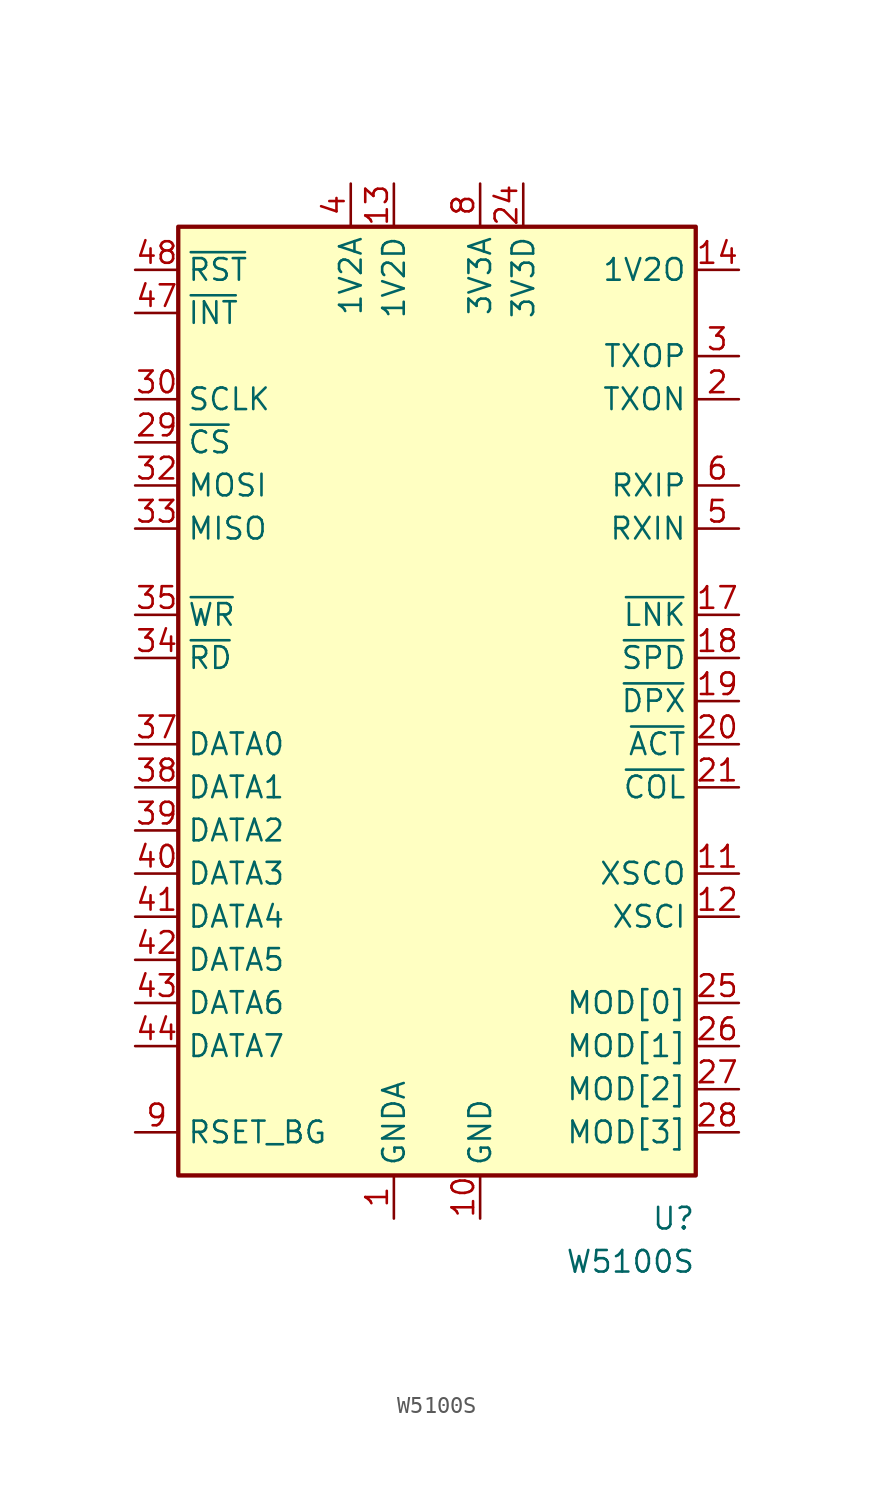
<source format=kicad_sym>
(kicad_symbol_lib
  (version 20231120)
  (generator "kicad_symbol_editor")
  (generator_version "8.0")
  (symbol "W5100S"
    (property "Reference" "U"
      (at 15.24 -30.48 0)
      (effects (font (size 1.27 1.27)) (justify right)))
    (property "Value" "W5100S"
      (at 15.24 -33.02 0)
      (effects (font (size 1.27 1.27)) (justify right)))
    (symbol "W5100S_0_1"
      (rectangle (start -15.24 27.94) (end 15.24 -27.94) (stroke (width 0.254) (type default)) (fill (type background))))
    (symbol "W5100S_1_0"
      (pin input line (at -17.78 25.4 0) (length 2.54) (name "~{RST}" (effects (font (size 1.27 1.27)))) (number "48" (effects (font (size 1.27 1.27))))))
    (symbol "W5100S_1_1"
      (pin power_in line (at -2.54 -30.48 90) (length 2.54) (name "GNDA" (effects (font (size 1.27 1.27)))) (number "1" (effects (font (size 1.27 1.27)))))
      (pin power_in line (at 2.54 -30.48 90) (length 2.54) (name "GND" (effects (font (size 1.27 1.27)))) (number "10" (effects (font (size 1.27 1.27)))))
      (pin output line (at 17.78 -10.16 180) (length 2.54) (name "XSCO" (effects (font (size 1.27 1.27)))) (number "11" (effects (font (size 1.27 1.27)))))
      (pin input line (at 17.78 -12.7 180) (length 2.54) (name "XSCI" (effects (font (size 1.27 1.27)))) (number "12" (effects (font (size 1.27 1.27)))))
      (pin power_in line (at -2.54 30.48 270) (length 2.54) (name "1V2D" (effects (font (size 1.27 1.27)))) (number "13" (effects (font (size 1.27 1.27)))))
      (pin power_out line (at 17.78 25.4 180) (length 2.54) (name "1V2O" (effects (font (size 1.27 1.27)))) (number "14" (effects (font (size 1.27 1.27)))))
      (pin passive line (at 2.54 30.48 270) (length 2.54) hide (name "3V3A" (effects (font (size 1.27 1.27)))) (number "15" (effects (font (size 1.27 1.27)))))
      (pin passive line (at -2.54 -30.48 90) (length 2.54) hide (name "GNDA" (effects (font (size 1.27 1.27)))) (number "16" (effects (font (size 1.27 1.27)))))
      (pin output line (at 17.78 5.08 180) (length 2.54) (name "~{LNK}" (effects (font (size 1.27 1.27)))) (number "17" (effects (font (size 1.27 1.27)))))
      (pin output line (at 17.78 2.54 180) (length 2.54) (name "~{SPD}" (effects (font (size 1.27 1.27)))) (number "18" (effects (font (size 1.27 1.27)))))
      (pin output line (at 17.78 0 180) (length 2.54) (name "~{DPX}" (effects (font (size 1.27 1.27)))) (number "19" (effects (font (size 1.27 1.27)))))
      (pin output line (at 17.78 17.78 180) (length 2.54) (name "TXON" (effects (font (size 1.27 1.27)))) (number "2" (effects (font (size 1.27 1.27)))))
      (pin output line (at 17.78 -2.54 180) (length 2.54) (name "~{ACT}" (effects (font (size 1.27 1.27)))) (number "20" (effects (font (size 1.27 1.27)))))
      (pin output line (at 17.78 -5.08 180) (length 2.54) (name "~{COL}" (effects (font (size 1.27 1.27)))) (number "21" (effects (font (size 1.27 1.27)))))
      (pin passive line (at -2.54 30.48 270) (length 2.54) hide (name "1V2D" (effects (font (size 1.27 1.27)))) (number "22" (effects (font (size 1.27 1.27)))))
      (pin passive line (at 2.54 -30.48 90) (length 2.54) hide (name "GND" (effects (font (size 1.27 1.27)))) (number "23" (effects (font (size 1.27 1.27)))))
      (pin power_in line (at 5.08 30.48 270) (length 2.54) (name "3V3D" (effects (font (size 1.27 1.27)))) (number "24" (effects (font (size 1.27 1.27)))))
      (pin input line (at 17.78 -17.78 180) (length 2.54) (name "MOD[0]" (effects (font (size 1.27 1.27)))) (number "25" (effects (font (size 1.27 1.27)))))
      (pin input line (at 17.78 -20.32 180) (length 2.54) (name "MOD[1]" (effects (font (size 1.27 1.27)))) (number "26" (effects (font (size 1.27 1.27)))))
      (pin input line (at 17.78 -22.86 180) (length 2.54) (name "MOD[2]" (effects (font (size 1.27 1.27)))) (number "27" (effects (font (size 1.27 1.27)))))
      (pin input line (at 17.78 -25.4 180) (length 2.54) (name "MOD[3]" (effects (font (size 1.27 1.27)))) (number "28" (effects (font (size 1.27 1.27)))))
      (pin input line (at -17.78 15.24 0) (length 2.54) (name "~{CS}" (effects (font (size 1.27 1.27)))) (number "29" (effects (font (size 1.27 1.27)))))
      (pin output line (at 17.78 20.32 180) (length 2.54) (name "TXOP" (effects (font (size 1.27 1.27)))) (number "3" (effects (font (size 1.27 1.27)))))
      (pin input line (at -17.78 17.78 0) (length 2.54) (name "SCLK" (effects (font (size 1.27 1.27)))) (number "30" (effects (font (size 1.27 1.27)))))
      (pin passive line (at -2.54 30.48 270) (length 2.54) hide (name "1V2D" (effects (font (size 1.27 1.27)))) (number "31" (effects (font (size 1.27 1.27)))))
      (pin input line (at -17.78 12.7 0) (length 2.54) (name "MOSI" (effects (font (size 1.27 1.27)))) (number "32" (effects (font (size 1.27 1.27)))) (alternate "ADDR0" input line))
      (pin output line (at -17.78 10.16 0) (length 2.54) (name "MISO" (effects (font (size 1.27 1.27)))) (number "33" (effects (font (size 1.27 1.27)))) (alternate "ADDR1" input line))
      (pin input line (at -17.78 2.54 0) (length 2.54) (name "~{RD}" (effects (font (size 1.27 1.27)))) (number "34" (effects (font (size 1.27 1.27)))))
      (pin input line (at -17.78 5.08 0) (length 2.54) (name "~{WR}" (effects (font (size 1.27 1.27)))) (number "35" (effects (font (size 1.27 1.27)))))
      (pin passive line (at 5.08 30.48 270) (length 2.54) hide (name "3V3D" (effects (font (size 1.27 1.27)))) (number "36" (effects (font (size 1.27 1.27)))))
      (pin bidirectional line (at -17.78 -2.54 0) (length 2.54) (name "DATA0" (effects (font (size 1.27 1.27)))) (number "37" (effects (font (size 1.27 1.27)))))
      (pin bidirectional line (at -17.78 -5.08 0) (length 2.54) (name "DATA1" (effects (font (size 1.27 1.27)))) (number "38" (effects (font (size 1.27 1.27)))))
      (pin bidirectional line (at -17.78 -7.62 0) (length 2.54) (name "DATA2" (effects (font (size 1.27 1.27)))) (number "39" (effects (font (size 1.27 1.27)))))
      (pin power_in line (at -5.08 30.48 270) (length 2.54) (name "1V2A" (effects (font (size 1.27 1.27)))) (number "4" (effects (font (size 1.27 1.27)))))
      (pin bidirectional line (at -17.78 -10.16 0) (length 2.54) (name "DATA3" (effects (font (size 1.27 1.27)))) (number "40" (effects (font (size 1.27 1.27)))))
      (pin bidirectional line (at -17.78 -12.7 0) (length 2.54) (name "DATA4" (effects (font (size 1.27 1.27)))) (number "41" (effects (font (size 1.27 1.27)))))
      (pin bidirectional line (at -17.78 -15.24 0) (length 2.54) (name "DATA5" (effects (font (size 1.27 1.27)))) (number "42" (effects (font (size 1.27 1.27)))))
      (pin bidirectional line (at -17.78 -17.78 0) (length 2.54) (name "DATA6" (effects (font (size 1.27 1.27)))) (number "43" (effects (font (size 1.27 1.27)))))
      (pin bidirectional line (at -17.78 -20.32 0) (length 2.54) (name "DATA7" (effects (font (size 1.27 1.27)))) (number "44" (effects (font (size 1.27 1.27)))))
      (pin passive line (at -2.54 30.48 270) (length 2.54) hide (name "1V2D" (effects (font (size 1.27 1.27)))) (number "45" (effects (font (size 1.27 1.27)))))
      (pin passive line (at 2.54 -30.48 90) (length 2.54) hide (name "GND" (effects (font (size 1.27 1.27)))) (number "46" (effects (font (size 1.27 1.27)))))
      (pin output line (at -17.78 22.86 0) (length 2.54) (name "~{INT}" (effects (font (size 1.27 1.27)))) (number "47" (effects (font (size 1.27 1.27)))))
      (pin input line (at 17.78 10.16 180) (length 2.54) (name "RXIN" (effects (font (size 1.27 1.27)))) (number "5" (effects (font (size 1.27 1.27)))))
      (pin input line (at 17.78 12.7 180) (length 2.54) (name "RXIP" (effects (font (size 1.27 1.27)))) (number "6" (effects (font (size 1.27 1.27)))))
      (pin passive line (at -2.54 -30.48 90) (length 2.54) hide (name "GNDA" (effects (font (size 1.27 1.27)))) (number "7" (effects (font (size 1.27 1.27)))))
      (pin power_in line (at 2.54 30.48 270) (length 2.54) (name "3V3A" (effects (font (size 1.27 1.27)))) (number "8" (effects (font (size 1.27 1.27)))))
      (pin output line (at -17.78 -25.4 0) (length 2.54) (name "RSET_BG" (effects (font (size 1.27 1.27)))) (number "9" (effects (font (size 1.27 1.27))))))))
</source>
